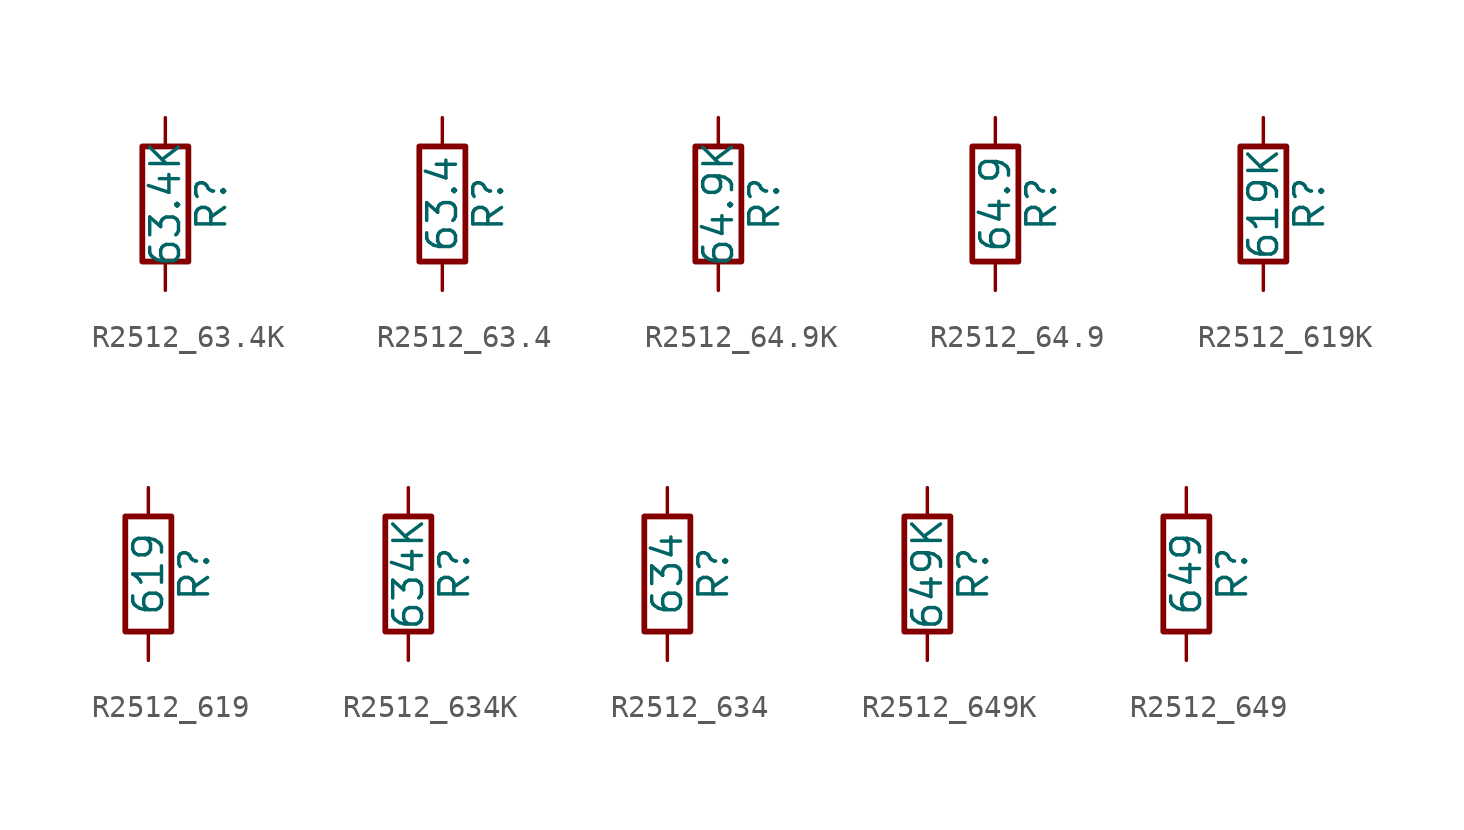
<source format=kicad_sym>
(kicad_symbol_lib
  (version 20211014)
  (generator atlantix-eda)
  (symbol "R2512_63.4K"
    (pin_numbers hide)
    (pin_names
      (offset 0))
    (property "Reference" "R"
      (at 2.032 0 90)
      (effects (font (size 1.27 1.27))))
    (property "Value" "63.4K"
      (at 0 0 90)
      (effects (font (size 1.27 1.27))))
    (symbol "R2512_63.4K_0_1"
      (rectangle (start -1.016 -2.54) (end 1.016 2.54) (stroke (width 0.254) (type default) (color 0 0 0 0)) (fill (type none))))
    (symbol "R2512_63.4K_1_1"
      (pin passive line (at 0 3.81 270) (length 1.27) (name "~" (effects (font (size 1.27 1.27)))) (number "1" (effects (font (size 1.27 1.27)))))
      (pin passive line (at 0 -3.81 90) (length 1.27) (name "~" (effects (font (size 1.27 1.27)))) (number "2" (effects (font (size 1.27 1.27)))))))
  (symbol "R2512_63.4"
    (pin_numbers hide)
    (pin_names
      (offset 0))
    (property "Reference" "R"
      (at 2.032 0 90)
      (effects (font (size 1.27 1.27))))
    (property "Value" "63.4"
      (at 0 0 90)
      (effects (font (size 1.27 1.27))))
    (symbol "R2512_63.4_0_1"
      (rectangle (start -1.016 -2.54) (end 1.016 2.54) (stroke (width 0.254) (type default) (color 0 0 0 0)) (fill (type none))))
    (symbol "R2512_63.4_1_1"
      (pin passive line (at 0 3.81 270) (length 1.27) (name "~" (effects (font (size 1.27 1.27)))) (number "1" (effects (font (size 1.27 1.27)))))
      (pin passive line (at 0 -3.81 90) (length 1.27) (name "~" (effects (font (size 1.27 1.27)))) (number "2" (effects (font (size 1.27 1.27)))))))
  (symbol "R2512_64.9K"
    (pin_numbers hide)
    (pin_names
      (offset 0))
    (property "Reference" "R"
      (at 2.032 0 90)
      (effects (font (size 1.27 1.27))))
    (property "Value" "64.9K"
      (at 0 0 90)
      (effects (font (size 1.27 1.27))))
    (symbol "R2512_64.9K_0_1"
      (rectangle (start -1.016 -2.54) (end 1.016 2.54) (stroke (width 0.254) (type default) (color 0 0 0 0)) (fill (type none))))
    (symbol "R2512_64.9K_1_1"
      (pin passive line (at 0 3.81 270) (length 1.27) (name "~" (effects (font (size 1.27 1.27)))) (number "1" (effects (font (size 1.27 1.27)))))
      (pin passive line (at 0 -3.81 90) (length 1.27) (name "~" (effects (font (size 1.27 1.27)))) (number "2" (effects (font (size 1.27 1.27)))))))
  (symbol "R2512_64.9"
    (pin_numbers hide)
    (pin_names
      (offset 0))
    (property "Reference" "R"
      (at 2.032 0 90)
      (effects (font (size 1.27 1.27))))
    (property "Value" "64.9"
      (at 0 0 90)
      (effects (font (size 1.27 1.27))))
    (symbol "R2512_64.9_0_1"
      (rectangle (start -1.016 -2.54) (end 1.016 2.54) (stroke (width 0.254) (type default) (color 0 0 0 0)) (fill (type none))))
    (symbol "R2512_64.9_1_1"
      (pin passive line (at 0 3.81 270) (length 1.27) (name "~" (effects (font (size 1.27 1.27)))) (number "1" (effects (font (size 1.27 1.27)))))
      (pin passive line (at 0 -3.81 90) (length 1.27) (name "~" (effects (font (size 1.27 1.27)))) (number "2" (effects (font (size 1.27 1.27)))))))
  (symbol "R2512_619K"
    (pin_numbers hide)
    (pin_names
      (offset 0))
    (property "Reference" "R"
      (at 2.032 0 90)
      (effects (font (size 1.27 1.27))))
    (property "Value" "619K"
      (at 0 0 90)
      (effects (font (size 1.27 1.27))))
    (symbol "R2512_619K_0_1"
      (rectangle (start -1.016 -2.54) (end 1.016 2.54) (stroke (width 0.254) (type default) (color 0 0 0 0)) (fill (type none))))
    (symbol "R2512_619K_1_1"
      (pin passive line (at 0 3.81 270) (length 1.27) (name "~" (effects (font (size 1.27 1.27)))) (number "1" (effects (font (size 1.27 1.27)))))
      (pin passive line (at 0 -3.81 90) (length 1.27) (name "~" (effects (font (size 1.27 1.27)))) (number "2" (effects (font (size 1.27 1.27)))))))
  (symbol "R2512_619"
    (pin_numbers hide)
    (pin_names
      (offset 0))
    (property "Reference" "R"
      (at 2.032 0 90)
      (effects (font (size 1.27 1.27))))
    (property "Value" "619"
      (at 0 0 90)
      (effects (font (size 1.27 1.27))))
    (symbol "R2512_619_0_1"
      (rectangle (start -1.016 -2.54) (end 1.016 2.54) (stroke (width 0.254) (type default) (color 0 0 0 0)) (fill (type none))))
    (symbol "R2512_619_1_1"
      (pin passive line (at 0 3.81 270) (length 1.27) (name "~" (effects (font (size 1.27 1.27)))) (number "1" (effects (font (size 1.27 1.27)))))
      (pin passive line (at 0 -3.81 90) (length 1.27) (name "~" (effects (font (size 1.27 1.27)))) (number "2" (effects (font (size 1.27 1.27)))))))
  (symbol "R2512_634K"
    (pin_numbers hide)
    (pin_names
      (offset 0))
    (property "Reference" "R"
      (at 2.032 0 90)
      (effects (font (size 1.27 1.27))))
    (property "Value" "634K"
      (at 0 0 90)
      (effects (font (size 1.27 1.27))))
    (symbol "R2512_634K_0_1"
      (rectangle (start -1.016 -2.54) (end 1.016 2.54) (stroke (width 0.254) (type default) (color 0 0 0 0)) (fill (type none))))
    (symbol "R2512_634K_1_1"
      (pin passive line (at 0 3.81 270) (length 1.27) (name "~" (effects (font (size 1.27 1.27)))) (number "1" (effects (font (size 1.27 1.27)))))
      (pin passive line (at 0 -3.81 90) (length 1.27) (name "~" (effects (font (size 1.27 1.27)))) (number "2" (effects (font (size 1.27 1.27)))))))
  (symbol "R2512_634"
    (pin_numbers hide)
    (pin_names
      (offset 0))
    (property "Reference" "R"
      (at 2.032 0 90)
      (effects (font (size 1.27 1.27))))
    (property "Value" "634"
      (at 0 0 90)
      (effects (font (size 1.27 1.27))))
    (symbol "R2512_634_0_1"
      (rectangle (start -1.016 -2.54) (end 1.016 2.54) (stroke (width 0.254) (type default) (color 0 0 0 0)) (fill (type none))))
    (symbol "R2512_634_1_1"
      (pin passive line (at 0 3.81 270) (length 1.27) (name "~" (effects (font (size 1.27 1.27)))) (number "1" (effects (font (size 1.27 1.27)))))
      (pin passive line (at 0 -3.81 90) (length 1.27) (name "~" (effects (font (size 1.27 1.27)))) (number "2" (effects (font (size 1.27 1.27)))))))
  (symbol "R2512_649K"
    (pin_numbers hide)
    (pin_names
      (offset 0))
    (property "Reference" "R"
      (at 2.032 0 90)
      (effects (font (size 1.27 1.27))))
    (property "Value" "649K"
      (at 0 0 90)
      (effects (font (size 1.27 1.27))))
    (symbol "R2512_649K_0_1"
      (rectangle (start -1.016 -2.54) (end 1.016 2.54) (stroke (width 0.254) (type default) (color 0 0 0 0)) (fill (type none))))
    (symbol "R2512_649K_1_1"
      (pin passive line (at 0 3.81 270) (length 1.27) (name "~" (effects (font (size 1.27 1.27)))) (number "1" (effects (font (size 1.27 1.27)))))
      (pin passive line (at 0 -3.81 90) (length 1.27) (name "~" (effects (font (size 1.27 1.27)))) (number "2" (effects (font (size 1.27 1.27)))))))
  (symbol "R2512_649"
    (pin_numbers hide)
    (pin_names
      (offset 0))
    (property "Reference" "R"
      (at 2.032 0 90)
      (effects (font (size 1.27 1.27))))
    (property "Value" "649"
      (at 0 0 90)
      (effects (font (size 1.27 1.27))))
    (symbol "R2512_649_0_1"
      (rectangle (start -1.016 -2.54) (end 1.016 2.54) (stroke (width 0.254) (type default) (color 0 0 0 0)) (fill (type none))))
    (symbol "R2512_649_1_1"
      (pin passive line (at 0 3.81 270) (length 1.27) (name "~" (effects (font (size 1.27 1.27)))) (number "1" (effects (font (size 1.27 1.27)))))
      (pin passive line (at 0 -3.81 90) (length 1.27) (name "~" (effects (font (size 1.27 1.27)))) (number "2" (effects (font (size 1.27 1.27))))))))
</source>
